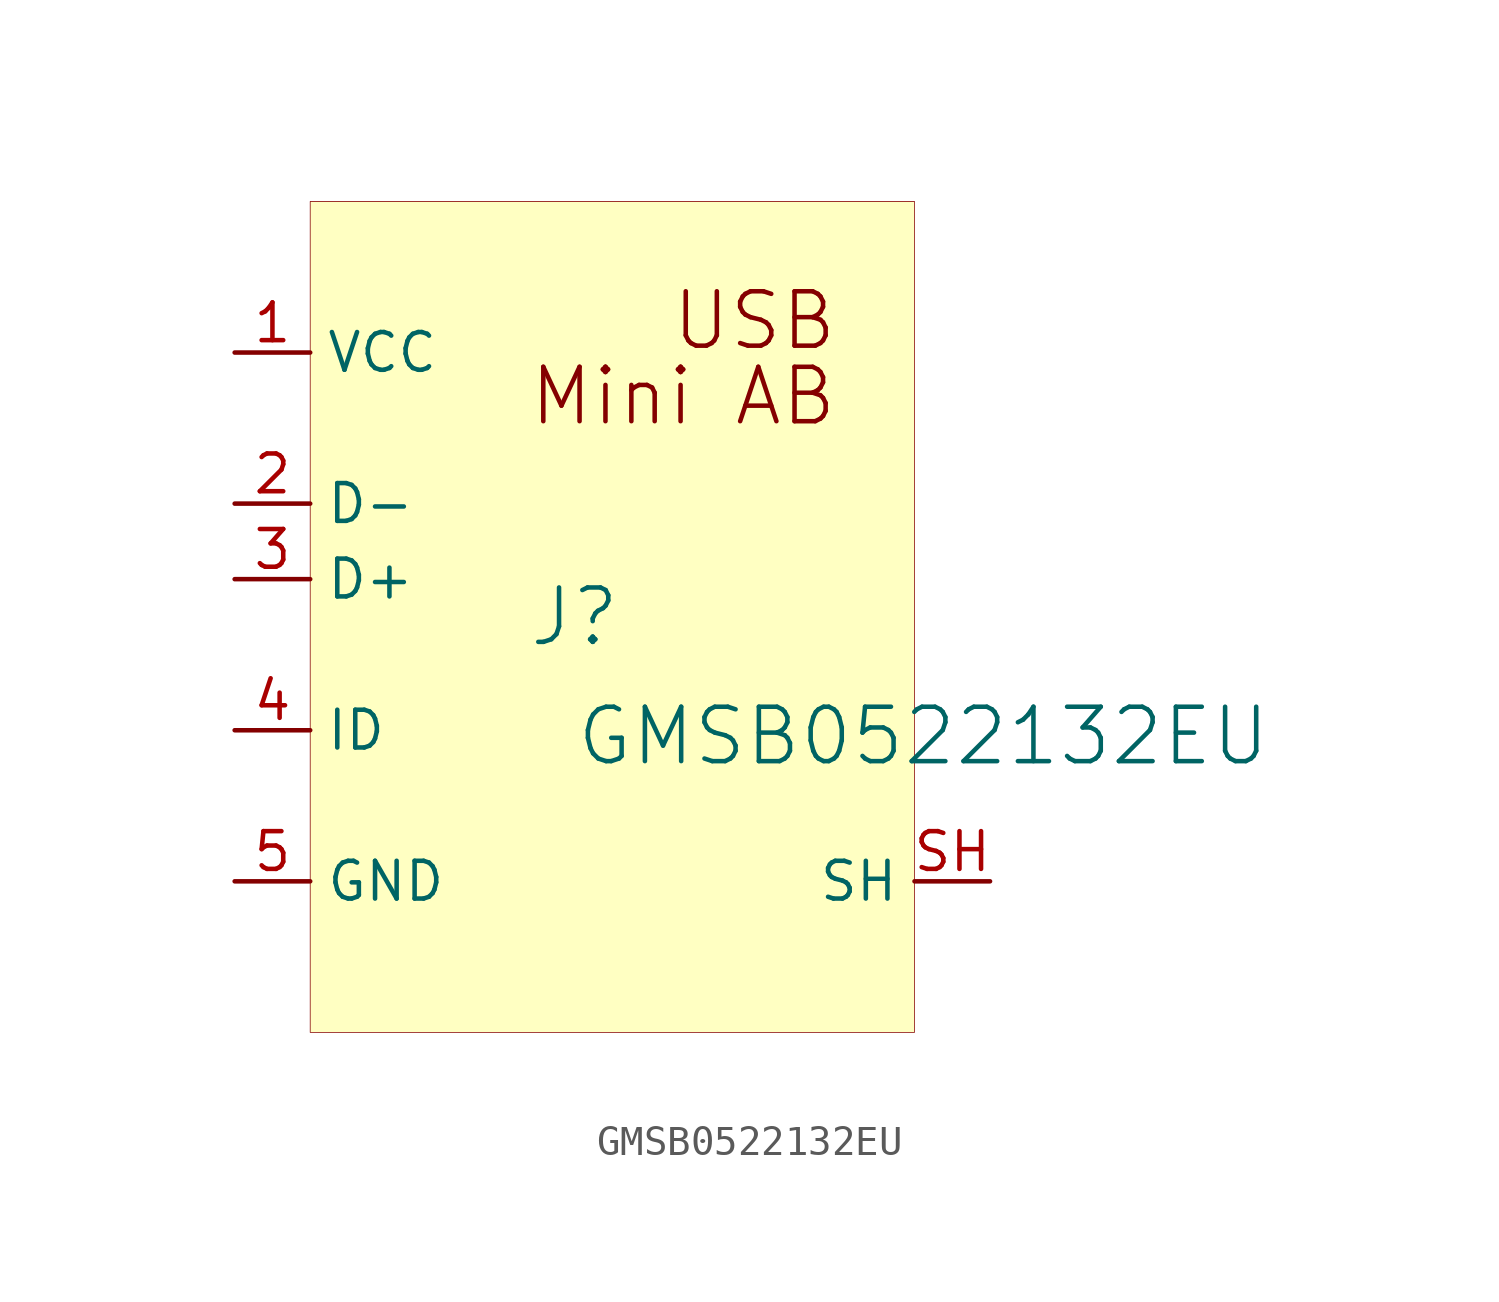
<source format=kicad_sym>
(kicad_symbol_lib
  (version 20231120)
  (generator "kicad_symbol_editor")
  (generator_version "8.0")
  (symbol "GMSB0522132EU"
    (property "Reference" "J"
      (at -1.27 1.27 0)
      (effects (font (size 1.829 1.829))))
    (property "Value" "GMSB0522132EU"
      (at -1.27 -3.81 0)
      (effects (font (size 1.829 1.829)) (justify left bottom)))
    (symbol "GMSB0522132EU_1_0"
      (rectangle (start -10.16 15.24) (end 10.16 -12.7) (stroke (width 0.025) (type solid)) (fill (type background)))
      (text "Mini AB" (at 7.62 7.62 0) (effects (font (size 1.829 1.829)) (justify right bottom)))
      (text "USB" (at 7.62 10.16 0) (effects (font (size 1.829 1.829)) (justify right bottom)))
      (pin power_in line (at -12.7 10.16 0) (length 2.54) (name "VCC" (effects (font (size 1.27 1.27)))) (number "1" (effects (font (size 1.27 1.27)))))
      (pin bidirectional line (at -12.7 5.08 0) (length 2.54) (name "D-" (effects (font (size 1.27 1.27)))) (number "2" (effects (font (size 1.27 1.27)))))
      (pin bidirectional line (at -12.7 2.54 0) (length 2.54) (name "D+" (effects (font (size 1.27 1.27)))) (number "3" (effects (font (size 1.27 1.27)))))
      (pin passive line (at -12.7 -2.54 0) (length 2.54) (name "ID" (effects (font (size 1.27 1.27)))) (number "4" (effects (font (size 1.27 1.27)))))
      (pin power_in line (at -12.7 -7.62 0) (length 2.54) (name "GND" (effects (font (size 1.27 1.27)))) (number "5" (effects (font (size 1.27 1.27)))))
      (pin power_in line (at 12.7 -7.62 180) (length 2.54) (name "SH" (effects (font (size 1.27 1.27)))) (number "SH" (effects (font (size 1.27 1.27))))))))
</source>
